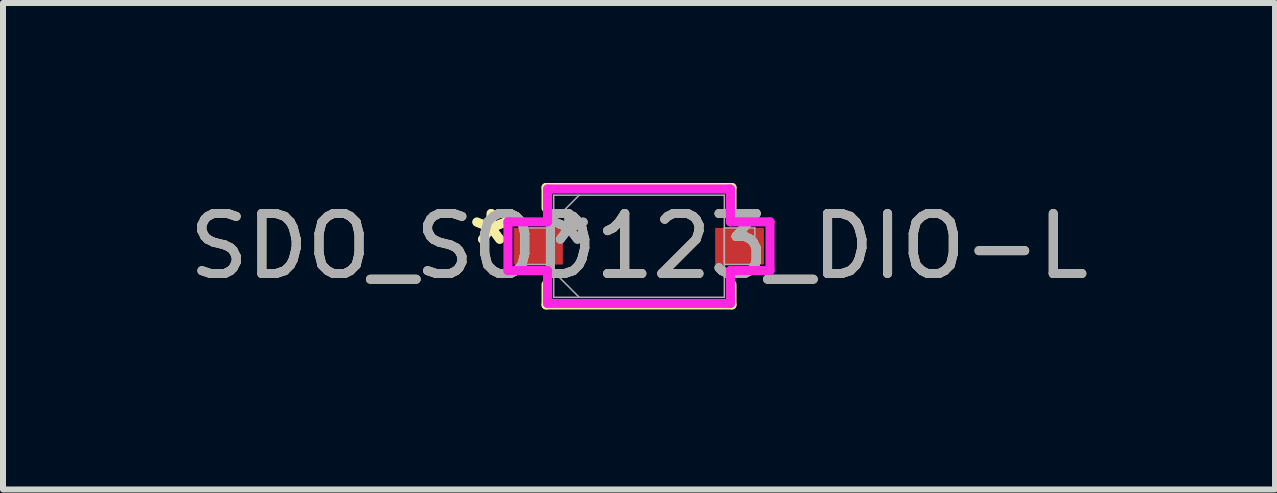
<source format=kicad_pcb>
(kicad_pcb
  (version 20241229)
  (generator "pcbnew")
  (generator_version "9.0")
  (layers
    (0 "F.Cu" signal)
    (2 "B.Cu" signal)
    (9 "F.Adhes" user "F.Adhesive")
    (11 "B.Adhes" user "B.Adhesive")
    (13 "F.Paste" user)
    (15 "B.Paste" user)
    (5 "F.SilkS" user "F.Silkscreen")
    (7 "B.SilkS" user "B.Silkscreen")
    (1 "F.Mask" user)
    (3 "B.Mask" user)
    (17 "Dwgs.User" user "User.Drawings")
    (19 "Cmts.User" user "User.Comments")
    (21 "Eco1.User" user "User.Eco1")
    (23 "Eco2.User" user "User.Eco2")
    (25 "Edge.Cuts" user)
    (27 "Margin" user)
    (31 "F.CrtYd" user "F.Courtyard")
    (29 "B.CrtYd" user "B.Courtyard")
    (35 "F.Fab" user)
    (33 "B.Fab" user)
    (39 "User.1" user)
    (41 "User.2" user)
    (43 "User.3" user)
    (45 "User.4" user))
  (footprint "SDO_SOD123_DIO-L"
    (layer "F.Cu")
    (at 7.601 1.054)
    (property "Reference" "SDO_SOD123_DIO-L" (at 0 0 0) (unlocked yes) (layer "F.SilkS") (effects (font (size 1 1) (thickness 0.15))))
    (attr smd)
    (fp_line (start -1.549 -0.978) (end -1.549 -0.638) (stroke (width 0.152) (type solid)) (layer "F.SilkS"))
    (fp_line (start -1.549 0.638) (end -1.549 0.978) (stroke (width 0.152) (type solid)) (layer "F.SilkS"))
    (fp_line (start -1.549 0.978) (end 1.549 0.978) (stroke (width 0.152) (type solid)) (layer "F.SilkS"))
    (fp_line (start 1.549 -0.978) (end -1.549 -0.978) (stroke (width 0.152) (type solid)) (layer "F.SilkS"))
    (fp_line (start 1.549 -0.638) (end 1.549 -0.978) (stroke (width 0.152) (type solid)) (layer "F.SilkS"))
    (fp_line (start 1.549 0.978) (end 1.549 0.638) (stroke (width 0.152) (type solid)) (layer "F.SilkS"))
    (fp_line (start -2.184 -0.406) (end -1.524 -0.406) (stroke (width 0.152) (type solid)) (layer "F.CrtYd"))
    (fp_line (start -2.184 0.406) (end -2.184 -0.406) (stroke (width 0.152) (type solid)) (layer "F.CrtYd"))
    (fp_line (start -1.524 -0.953) (end 1.524 -0.953) (stroke (width 0.152) (type solid)) (layer "F.CrtYd"))
    (fp_line (start -1.524 -0.406) (end -1.524 -0.953) (stroke (width 0.152) (type solid)) (layer "F.CrtYd"))
    (fp_line (start -1.524 0.406) (end -2.184 0.406) (stroke (width 0.152) (type solid)) (layer "F.CrtYd"))
    (fp_line (start -1.524 0.953) (end -1.524 0.406) (stroke (width 0.152) (type solid)) (layer "F.CrtYd"))
    (fp_line (start 1.524 -0.953) (end 1.524 -0.406) (stroke (width 0.152) (type solid)) (layer "F.CrtYd"))
    (fp_line (start 1.524 -0.406) (end 2.184 -0.406) (stroke (width 0.152) (type solid)) (layer "F.CrtYd"))
    (fp_line (start 1.524 0.406) (end 1.524 0.953) (stroke (width 0.152) (type solid)) (layer "F.CrtYd"))
    (fp_line (start 1.524 0.953) (end -1.524 0.953) (stroke (width 0.152) (type solid)) (layer "F.CrtYd"))
    (fp_line (start 2.184 -0.406) (end 2.184 0.406) (stroke (width 0.152) (type solid)) (layer "F.CrtYd"))
    (fp_line (start 2.184 0.406) (end 1.524 0.406) (stroke (width 0.152) (type solid)) (layer "F.CrtYd"))
    (fp_line (start -1.93 -0.305) (end -1.93 0.305) (stroke (width 0.025) (type solid)) (layer "F.Fab"))
    (fp_line (start -1.93 0.305) (end -1.422 0.305) (stroke (width 0.025) (type solid)) (layer "F.Fab"))
    (fp_line (start -1.422 -0.851) (end -1.422 0.851) (stroke (width 0.025) (type solid)) (layer "F.Fab"))
    (fp_line (start -1.422 -0.425) (end -0.997 -0.851) (stroke (width 0.025) (type solid)) (layer "F.Fab"))
    (fp_line (start -1.422 -0.305) (end -1.93 -0.305) (stroke (width 0.025) (type solid)) (layer "F.Fab"))
    (fp_line (start -1.422 0.305) (end -1.422 -0.305) (stroke (width 0.025) (type solid)) (layer "F.Fab"))
    (fp_line (start -1.422 0.425) (end -0.997 0.851) (stroke (width 0.025) (type solid)) (layer "F.Fab"))
    (fp_line (start -1.422 0.851) (end 1.422 0.851) (stroke (width 0.025) (type solid)) (layer "F.Fab"))
    (fp_line (start 1.422 -0.851) (end -1.422 -0.851) (stroke (width 0.025) (type solid)) (layer "F.Fab"))
    (fp_line (start 1.422 -0.305) (end 1.422 0.305) (stroke (width 0.025) (type solid)) (layer "F.Fab"))
    (fp_line (start 1.422 0.305) (end 1.93 0.305) (stroke (width 0.025) (type solid)) (layer "F.Fab"))
    (fp_line (start 1.422 0.851) (end 1.422 -0.851) (stroke (width 0.025) (type solid)) (layer "F.Fab"))
    (fp_line (start 1.93 -0.305) (end 1.422 -0.305) (stroke (width 0.025) (type solid)) (layer "F.Fab"))
    (fp_line (start 1.93 0.305) (end 1.93 -0.305) (stroke (width 0.025) (type solid)) (layer "F.Fab"))
    (fp_text user "*" (at -2.464 0 0) (layer "F.SilkS") (effects (font (size 1 1) (thickness 0.15))))
    (fp_text user "*" (at -2.464 0 0) (unlocked yes) (layer "F.SilkS") (effects (font (size 1 1) (thickness 0.15))))
    (fp_text user "*" (at -1.168 0 0) (layer "F.Fab") (effects (font (size 1 1) (thickness 0.15))))
    (fp_text user "${REFERENCE}" (at 0 0 0) (unlocked yes) (layer "F.Fab") (effects (font (size 1 1) (thickness 0.15))))
    (fp_text user "*" (at -1.168 0 0) (unlocked yes) (layer "F.Fab") (effects (font (size 1 1) (thickness 0.15))))
    (pad "1" smd rect (at -1.676 0) (size 0.813 0.61) (layers "F.Cu" "F.Mask" "F.Paste"))
    (pad "2" smd rect (at 1.676 0) (size 0.813 0.61) (layers "F.Cu" "F.Mask" "F.Paste")))
  (gr_rect
    (start -3 -3)
    (end 18.202 5.108)
    (stroke (width 0.1) (type default))
    (fill no)
    (layer "Edge.Cuts")))
</source>
